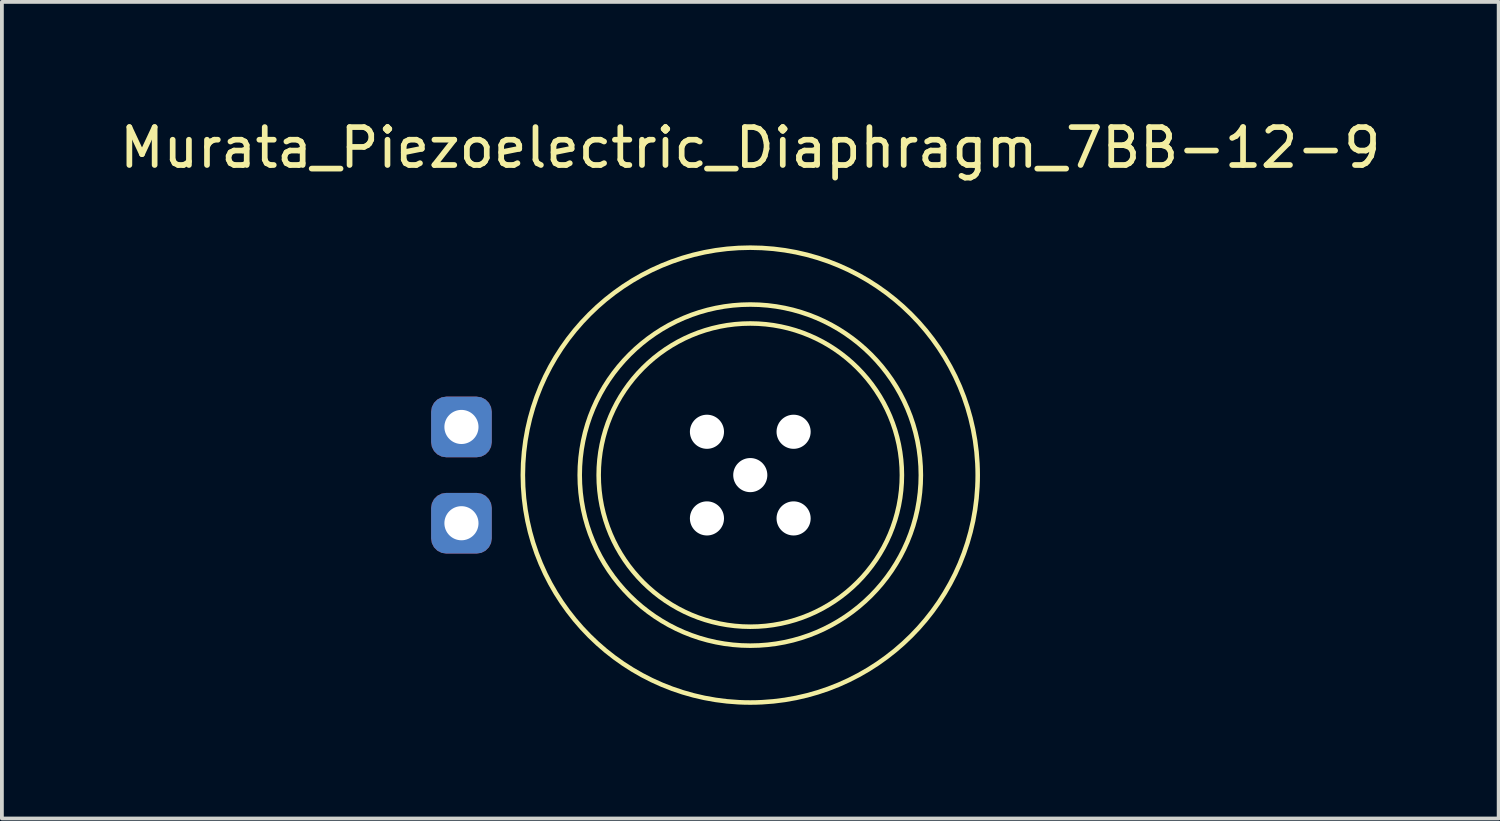
<source format=kicad_pcb>
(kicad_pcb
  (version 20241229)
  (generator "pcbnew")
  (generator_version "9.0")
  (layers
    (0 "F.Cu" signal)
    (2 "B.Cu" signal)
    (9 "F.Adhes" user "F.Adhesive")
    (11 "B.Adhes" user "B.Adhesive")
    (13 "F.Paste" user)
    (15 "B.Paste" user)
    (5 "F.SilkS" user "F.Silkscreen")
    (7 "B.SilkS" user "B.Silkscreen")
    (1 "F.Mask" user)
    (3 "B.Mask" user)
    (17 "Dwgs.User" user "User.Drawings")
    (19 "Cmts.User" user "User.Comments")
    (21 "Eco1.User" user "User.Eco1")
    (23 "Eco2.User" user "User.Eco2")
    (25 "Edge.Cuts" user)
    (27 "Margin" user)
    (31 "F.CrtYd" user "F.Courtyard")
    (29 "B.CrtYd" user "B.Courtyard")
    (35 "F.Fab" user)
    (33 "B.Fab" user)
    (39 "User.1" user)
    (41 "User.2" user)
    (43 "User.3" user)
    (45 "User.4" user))
  (footprint "Murata_Piezoelectric_Diaphragm_7BB-12-9"
    (layer "F.Cu")
    (at 16.744 9.484)
    (property "Reference" "Murata_Piezoelectric_Diaphragm_7BB-12-9" (at 0 -8.636 0) (layer "F.SilkS") (effects (font (size 1 1) (thickness 0.15))))
    (attr through_hole)
    (fp_circle (center 0 0) (end 4 0) (stroke (width 0.12) (type solid)) (fill no) (layer "F.SilkS"))
    (fp_circle (center 0 0) (end 4.5 0) (stroke (width 0.12) (type solid)) (fill no) (layer "F.SilkS"))
    (fp_circle (center 0 0) (end 6 0) (stroke (width 0.12) (type solid)) (fill no) (layer "F.SilkS"))
    (pad "" np_thru_hole circle (at -1.143 -1.143) (size 0.9 0.9) (drill 0.9) (layers "*.Cu" "*.Mask"))
    (pad "" np_thru_hole circle (at -1.143 1.143) (size 0.9 0.9) (drill 0.9) (layers "*.Cu" "*.Mask"))
    (pad "" np_thru_hole circle (at 0 0) (size 0.9 0.9) (drill 0.9) (layers "*.Cu" "*.Mask"))
    (pad "" np_thru_hole circle (at 1.143 -1.143) (size 0.9 0.9) (drill 0.9) (layers "*.Cu" "*.Mask"))
    (pad "" np_thru_hole circle (at 1.143 1.143) (size 0.9 0.9) (drill 0.9) (layers "*.Cu" "*.Mask"))
    (pad "1" thru_hole roundrect (at -7.62 -1.27) (size 1.6 1.6) (drill 0.9) (layers "*.Cu" "*.Mask") (roundrect_rratio 0.25))
    (pad "2" thru_hole roundrect (at -7.62 1.27) (size 1.6 1.6) (drill 0.9) (layers "*.Cu" "*.Mask") (roundrect_rratio 0.25)))
  (gr_rect
    (start -3 -3)
    (end 36.488 18.544)
    (stroke (width 0.1) (type default))
    (fill no)
    (layer "Edge.Cuts")))
</source>
